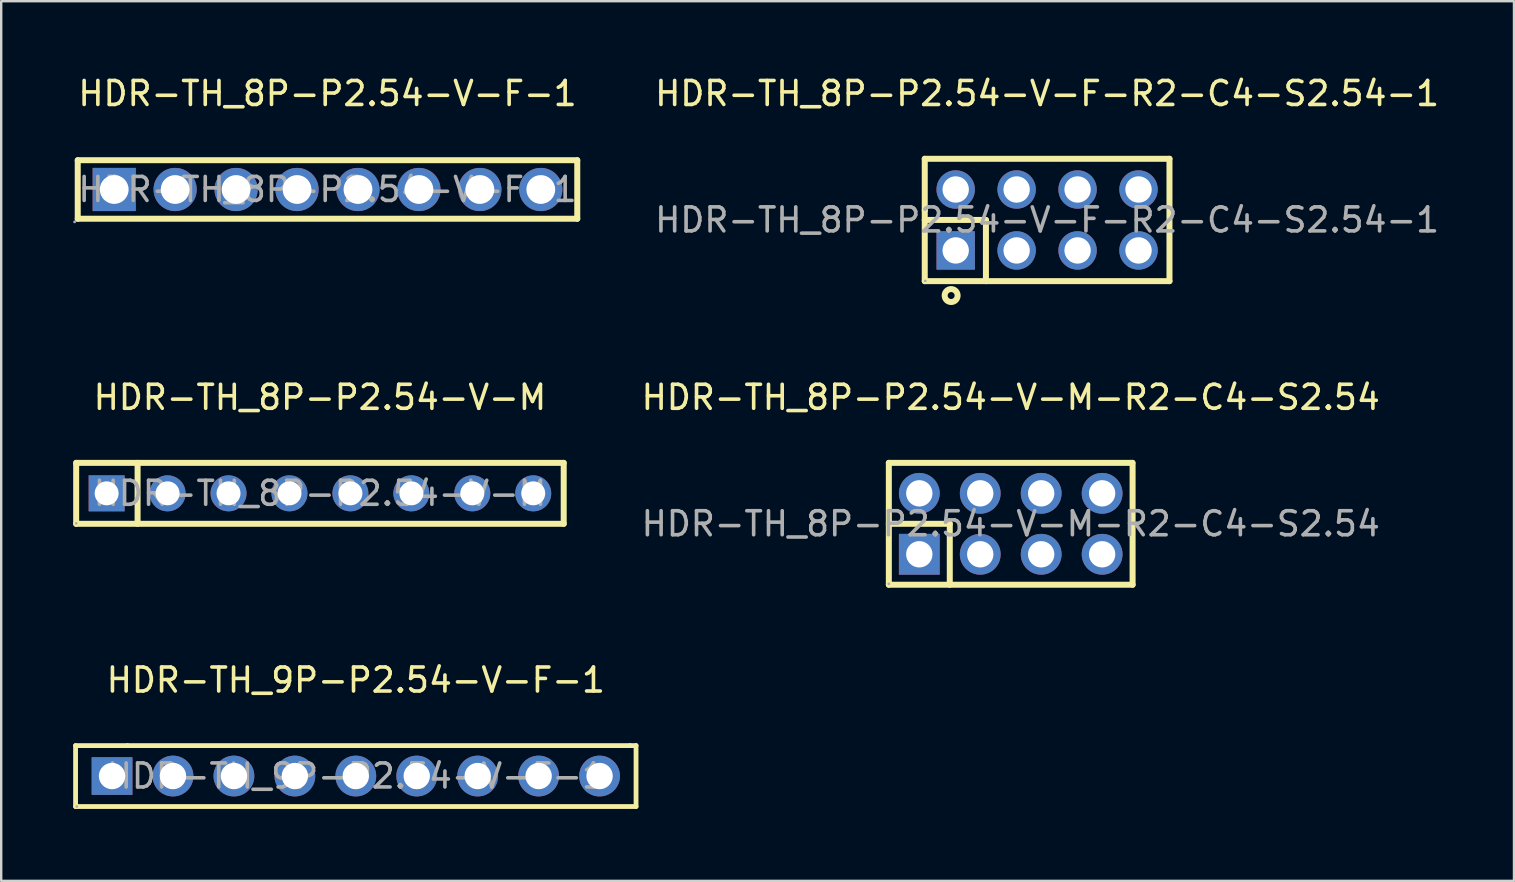
<source format=kicad_pcb>
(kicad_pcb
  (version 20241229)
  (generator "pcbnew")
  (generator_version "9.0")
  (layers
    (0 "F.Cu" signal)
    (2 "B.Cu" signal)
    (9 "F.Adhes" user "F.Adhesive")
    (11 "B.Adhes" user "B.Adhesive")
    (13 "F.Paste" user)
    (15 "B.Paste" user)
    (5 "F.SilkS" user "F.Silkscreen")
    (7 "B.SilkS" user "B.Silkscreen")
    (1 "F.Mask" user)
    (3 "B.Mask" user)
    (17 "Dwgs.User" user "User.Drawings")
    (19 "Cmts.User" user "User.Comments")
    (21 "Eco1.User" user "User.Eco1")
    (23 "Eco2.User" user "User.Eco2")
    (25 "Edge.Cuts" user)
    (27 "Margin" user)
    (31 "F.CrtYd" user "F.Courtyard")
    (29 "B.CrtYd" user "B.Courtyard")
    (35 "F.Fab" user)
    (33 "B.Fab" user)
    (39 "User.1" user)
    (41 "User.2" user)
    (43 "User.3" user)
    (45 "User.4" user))
  (footprint "HDR-TH_8P-P2.54-V-F-R2-C4-S2.54-1"
    (layer "F.Cu")
    (at 40.593 6.118)
    (property "Reference" "HDR-TH_8P-P2.54-V-F-R2-C4-S2.54-1" (at 0 -5.27 0) (layer "F.SilkS") (effects (font (size 1 1) (thickness 0.15))))
    (attr through_hole)
    (fp_line (start -5.1 -2.55) (end 5.1 -2.55) (stroke (width 0.25) (type solid)) (layer "F.SilkS"))
    (fp_line (start -5.1 -0.4) (end -5.1 -2.55) (stroke (width 0.25) (type solid)) (layer "F.SilkS"))
    (fp_line (start -5.1 0) (end -2.55 0) (stroke (width 0.25) (type solid)) (layer "F.SilkS"))
    (fp_line (start -5.1 2.55) (end -5.1 -0.4) (stroke (width 0.25) (type solid)) (layer "F.SilkS"))
    (fp_line (start -2.55 0) (end -2.55 2.55) (stroke (width 0.25) (type solid)) (layer "F.SilkS"))
    (fp_line (start 5.1 -2.55) (end 5.1 2.55) (stroke (width 0.25) (type solid)) (layer "F.SilkS"))
    (fp_line (start 5.1 2.55) (end -5.1 2.55) (stroke (width 0.25) (type solid)) (layer "F.SilkS"))
    (fp_circle (center -4 3.15) (end -3.73 3.15) (stroke (width 0.25) (type solid)) (fill no) (layer "F.SilkS"))
    (fp_circle (center -5.08 2.54) (end -5.05 2.54) (stroke (width 0.06) (type solid)) (fill no) (layer "F.Fab"))
    (fp_text user "${REFERENCE}" (at 0 0 0) (layer "F.Fab") (effects (font (size 1 1) (thickness 0.15))))
    (pad "1" thru_hole rect (at -3.81 1.27) (size 1.6 1.6) (drill 1.1) (layers "*.Cu" "*.Paste" "*.Mask"))
    (pad "2" thru_hole circle (at -3.81 -1.27) (size 1.6 1.6) (drill 1.1) (layers "*.Cu" "*.Paste" "*.Mask"))
    (pad "3" thru_hole circle (at -1.27 1.27) (size 1.6 1.6) (drill 1.1) (layers "*.Cu" "*.Paste" "*.Mask"))
    (pad "4" thru_hole circle (at -1.27 -1.27) (size 1.6 1.6) (drill 1.1) (layers "*.Cu" "*.Paste" "*.Mask"))
    (pad "5" thru_hole circle (at 1.27 1.27) (size 1.6 1.6) (drill 1.1) (layers "*.Cu" "*.Paste" "*.Mask"))
    (pad "6" thru_hole circle (at 1.27 -1.27) (size 1.6 1.6) (drill 1.1) (layers "*.Cu" "*.Paste" "*.Mask"))
    (pad "7" thru_hole circle (at 3.81 1.27) (size 1.6 1.6) (drill 1.1) (layers "*.Cu" "*.Paste" "*.Mask"))
    (pad "8" thru_hole circle (at 3.81 -1.27) (size 1.6 1.6) (drill 1.1) (layers "*.Cu" "*.Paste" "*.Mask")))
  (footprint "HDR-TH_8P-P2.54-V-M"
    (layer "F.Cu")
    (at 10.285 17.512)
    (property "Reference" "HDR-TH_8P-P2.54-V-M" (at 0 -4 0) (layer "F.SilkS") (effects (font (size 1 1) (thickness 0.15))))
    (attr through_hole)
    (fp_line (start -10.16 -1.27) (end 10.16 -1.27) (stroke (width 0.25) (type solid)) (layer "F.SilkS"))
    (fp_line (start -10.16 1.27) (end -10.16 -1.27) (stroke (width 0.25) (type solid)) (layer "F.SilkS"))
    (fp_line (start -7.6 -1.27) (end -7.6 1.27) (stroke (width 0.25) (type solid)) (layer "F.SilkS"))
    (fp_line (start 10.16 -1.27) (end 10.16 1.27) (stroke (width 0.25) (type solid)) (layer "F.SilkS"))
    (fp_line (start 10.16 1.27) (end -10.16 1.27) (stroke (width 0.25) (type solid)) (layer "F.SilkS"))
    (fp_circle (center -10.16 1.25) (end -10.13 1.25) (stroke (width 0.06) (type solid)) (fill no) (layer "F.Fab"))
    (fp_text user "${REFERENCE}" (at 0 0 0) (layer "F.Fab") (effects (font (size 1 1) (thickness 0.15))))
    (pad "1" thru_hole rect (at -8.89 0) (size 1.5 1.5) (drill 1) (layers "*.Cu" "*.Paste" "*.Mask"))
    (pad "2" thru_hole circle (at -6.35 0) (size 1.5 1.5) (drill 1) (layers "*.Cu" "*.Paste" "*.Mask"))
    (pad "3" thru_hole circle (at -3.81 0) (size 1.5 1.5) (drill 1) (layers "*.Cu" "*.Paste" "*.Mask"))
    (pad "4" thru_hole circle (at -1.27 0) (size 1.5 1.5) (drill 1) (layers "*.Cu" "*.Paste" "*.Mask"))
    (pad "5" thru_hole circle (at 1.27 0) (size 1.5 1.5) (drill 1) (layers "*.Cu" "*.Paste" "*.Mask"))
    (pad "6" thru_hole circle (at 3.81 0) (size 1.5 1.5) (drill 1) (layers "*.Cu" "*.Paste" "*.Mask"))
    (pad "7" thru_hole circle (at 6.35 0) (size 1.5 1.5) (drill 1) (layers "*.Cu" "*.Paste" "*.Mask"))
    (pad "8" thru_hole circle (at 8.89 0) (size 1.5 1.5) (drill 1) (layers "*.Cu" "*.Paste" "*.Mask")))
  (footprint "HDR-TH_8P-P2.54-V-F-1"
    (layer "F.Cu")
    (at 10.6 4.848)
    (property "Reference" "HDR-TH_8P-P2.54-V-F-1" (at 0 -4 0) (layer "F.SilkS") (effects (font (size 1 1) (thickness 0.15))))
    (attr through_hole)
    (fp_line (start -10.41 -1.22) (end 10.41 -1.22) (stroke (width 0.25) (type solid)) (layer "F.SilkS"))
    (fp_line (start -10.41 1.22) (end -10.41 -1.22) (stroke (width 0.25) (type solid)) (layer "F.SilkS"))
    (fp_line (start 10.41 -1.22) (end 10.41 1.22) (stroke (width 0.25) (type solid)) (layer "F.SilkS"))
    (fp_line (start 10.41 1.22) (end -10.41 1.22) (stroke (width 0.25) (type solid)) (layer "F.SilkS"))
    (fp_circle (center -10.54 1.35) (end -10.51 1.35) (stroke (width 0.06) (type solid)) (fill no) (layer "F.Fab"))
    (fp_circle (center -8.89 0) (end -8.64 0) (stroke (width 0.5) (type solid)) (fill no) (layer "F.Fab"))
    (fp_circle (center -6.35 0) (end -6.1 0) (stroke (width 0.5) (type solid)) (fill no) (layer "F.Fab"))
    (fp_circle (center -3.81 0) (end -3.56 0) (stroke (width 0.5) (type solid)) (fill no) (layer "F.Fab"))
    (fp_circle (center -1.27 0) (end -1.02 0) (stroke (width 0.5) (type solid)) (fill no) (layer "F.Fab"))
    (fp_circle (center 1.27 0) (end 1.52 0) (stroke (width 0.5) (type solid)) (fill no) (layer "F.Fab"))
    (fp_circle (center 3.81 0) (end 4.06 0) (stroke (width 0.5) (type solid)) (fill no) (layer "F.Fab"))
    (fp_circle (center 6.35 0) (end 6.6 0) (stroke (width 0.5) (type solid)) (fill no) (layer "F.Fab"))
    (fp_circle (center 8.89 0) (end 9.14 0) (stroke (width 0.5) (type solid)) (fill no) (layer "F.Fab"))
    (fp_text user "${REFERENCE}" (at 0 0 0) (layer "F.Fab") (effects (font (size 1 1) (thickness 0.15))))
    (pad "1" thru_hole rect (at -8.89 0) (size 1.8 1.8) (drill 1.2) (layers "*.Cu" "*.Paste" "*.Mask"))
    (pad "2" thru_hole circle (at -6.35 0) (size 1.8 1.8) (drill 1.2) (layers "*.Cu" "*.Paste" "*.Mask"))
    (pad "3" thru_hole circle (at -3.81 0) (size 1.8 1.8) (drill 1.2) (layers "*.Cu" "*.Paste" "*.Mask"))
    (pad "4" thru_hole circle (at -1.27 0) (size 1.8 1.8) (drill 1.2) (layers "*.Cu" "*.Paste" "*.Mask"))
    (pad "5" thru_hole circle (at 1.27 0) (size 1.8 1.8) (drill 1.2) (layers "*.Cu" "*.Paste" "*.Mask"))
    (pad "6" thru_hole circle (at 3.81 0) (size 1.8 1.8) (drill 1.2) (layers "*.Cu" "*.Paste" "*.Mask"))
    (pad "7" thru_hole circle (at 6.35 0) (size 1.8 1.8) (drill 1.2) (layers "*.Cu" "*.Paste" "*.Mask"))
    (pad "8" thru_hole circle (at 8.89 0) (size 1.8 1.8) (drill 1.2) (layers "*.Cu" "*.Paste" "*.Mask")))
  (footprint "HDR-TH_8P-P2.54-V-M-R2-C4-S2.54"
    (layer "F.Cu")
    (at 39.076 18.782)
    (property "Reference" "HDR-TH_8P-P2.54-V-M-R2-C4-S2.54" (at 0 -5.27 0) (layer "F.SilkS") (effects (font (size 1 1) (thickness 0.15))))
    (attr through_hole)
    (fp_line (start -5.08 -2.54) (end 5.07 -2.54) (stroke (width 0.25) (type solid)) (layer "F.SilkS"))
    (fp_line (start -5.08 0) (end -2.54 0) (stroke (width 0.25) (type solid)) (layer "F.SilkS"))
    (fp_line (start -5.08 2.54) (end -5.08 -2.54) (stroke (width 0.25) (type solid)) (layer "F.SilkS"))
    (fp_line (start -2.54 0) (end -2.54 2.54) (stroke (width 0.25) (type solid)) (layer "F.SilkS"))
    (fp_line (start 5.08 -2.54) (end 5.08 2.54) (stroke (width 0.25) (type solid)) (layer "F.SilkS"))
    (fp_line (start 5.08 2.54) (end -5.08 2.54) (stroke (width 0.25) (type solid)) (layer "F.SilkS"))
    (fp_circle (center -5.08 2.5) (end -5.05 2.5) (stroke (width 0.06) (type solid)) (fill no) (layer "F.Fab"))
    (fp_text user "${REFERENCE}" (at 0 0 0) (layer "F.Fab") (effects (font (size 1 1) (thickness 0.15))))
    (pad "1" thru_hole rect (at -3.81 1.27) (size 1.7 1.7) (drill 1.1) (layers "*.Cu" "*.Paste" "*.Mask"))
    (pad "2" thru_hole circle (at -3.81 -1.27) (size 1.7 1.7) (drill 1.1) (layers "*.Cu" "*.Paste" "*.Mask"))
    (pad "3" thru_hole circle (at -1.27 1.27) (size 1.7 1.7) (drill 1.1) (layers "*.Cu" "*.Paste" "*.Mask"))
    (pad "4" thru_hole circle (at -1.27 -1.27) (size 1.7 1.7) (drill 1.1) (layers "*.Cu" "*.Paste" "*.Mask"))
    (pad "5" thru_hole circle (at 1.27 1.27) (size 1.7 1.7) (drill 1.1) (layers "*.Cu" "*.Paste" "*.Mask"))
    (pad "6" thru_hole circle (at 1.27 -1.27) (size 1.7 1.7) (drill 1.1) (layers "*.Cu" "*.Paste" "*.Mask"))
    (pad "7" thru_hole circle (at 3.81 1.27) (size 1.7 1.7) (drill 1.1) (layers "*.Cu" "*.Paste" "*.Mask"))
    (pad "8" thru_hole circle (at 3.81 -1.27) (size 1.7 1.7) (drill 1.1) (layers "*.Cu" "*.Paste" "*.Mask")))
  (footprint "HDR-TH_9P-P2.54-V-F-1"
    (layer "F.Cu")
    (at 11.78 29.295)
    (property "Reference" "HDR-TH_9P-P2.54-V-F-1" (at 0 -4 0) (layer "F.SilkS") (effects (font (size 1 1) (thickness 0.15))))
    (attr through_hole)
    (fp_line (start -11.68 -1.27) (end -11.68 1.27) (stroke (width 0.2) (type solid)) (layer "F.SilkS"))
    (fp_line (start -11.68 1.27) (end 11.68 1.27) (stroke (width 0.2) (type solid)) (layer "F.SilkS"))
    (fp_line (start -9.52 -1.27) (end -11.68 -1.27) (stroke (width 0.2) (type solid)) (layer "F.SilkS"))
    (fp_line (start 11.43 -1.27) (end -9.52 -1.27) (stroke (width 0.2) (type solid)) (layer "F.SilkS"))
    (fp_line (start 11.68 -1.27) (end 11.43 -1.27) (stroke (width 0.2) (type solid)) (layer "F.SilkS"))
    (fp_line (start 11.68 1.27) (end 11.68 -1.27) (stroke (width 0.2) (type solid)) (layer "F.SilkS"))
    (fp_circle (center -11.63 1.27) (end -11.6 1.27) (stroke (width 0.06) (type solid)) (fill no) (layer "F.Fab"))
    (fp_text user "${REFERENCE}" (at 0 0 0) (layer "F.Fab") (effects (font (size 1 1) (thickness 0.15))))
    (pad "1" thru_hole rect (at -10.16 0) (size 1.7 1.57) (drill 1.1) (layers "*.Cu" "*.Paste" "*.Mask"))
    (pad "2" thru_hole circle (at -7.62 0) (size 1.7 1.7) (drill 1.1) (layers "*.Cu" "*.Paste" "*.Mask"))
    (pad "3" thru_hole circle (at -5.08 0) (size 1.7 1.7) (drill 1.1) (layers "*.Cu" "*.Paste" "*.Mask"))
    (pad "4" thru_hole circle (at -2.54 0) (size 1.7 1.7) (drill 1.1) (layers "*.Cu" "*.Paste" "*.Mask"))
    (pad "5" thru_hole circle (at 0 0) (size 1.7 1.7) (drill 1.1) (layers "*.Cu" "*.Paste" "*.Mask"))
    (pad "6" thru_hole circle (at 2.54 0) (size 1.7 1.7) (drill 1.1) (layers "*.Cu" "*.Paste" "*.Mask"))
    (pad "7" thru_hole circle (at 5.08 0) (size 1.7 1.7) (drill 1.1) (layers "*.Cu" "*.Paste" "*.Mask"))
    (pad "8" thru_hole circle (at 7.62 0) (size 1.7 1.7) (drill 1.1) (layers "*.Cu" "*.Paste" "*.Mask"))
    (pad "9" thru_hole circle (at 10.16 0) (size 1.7 1.7) (drill 1.1) (layers "*.Cu" "*.Paste" "*.Mask")))
  (gr_rect
    (start -3 -3)
    (end 60.052 33.665)
    (stroke (width 0.1) (type default))
    (fill no)
    (layer "Edge.Cuts")))
</source>
